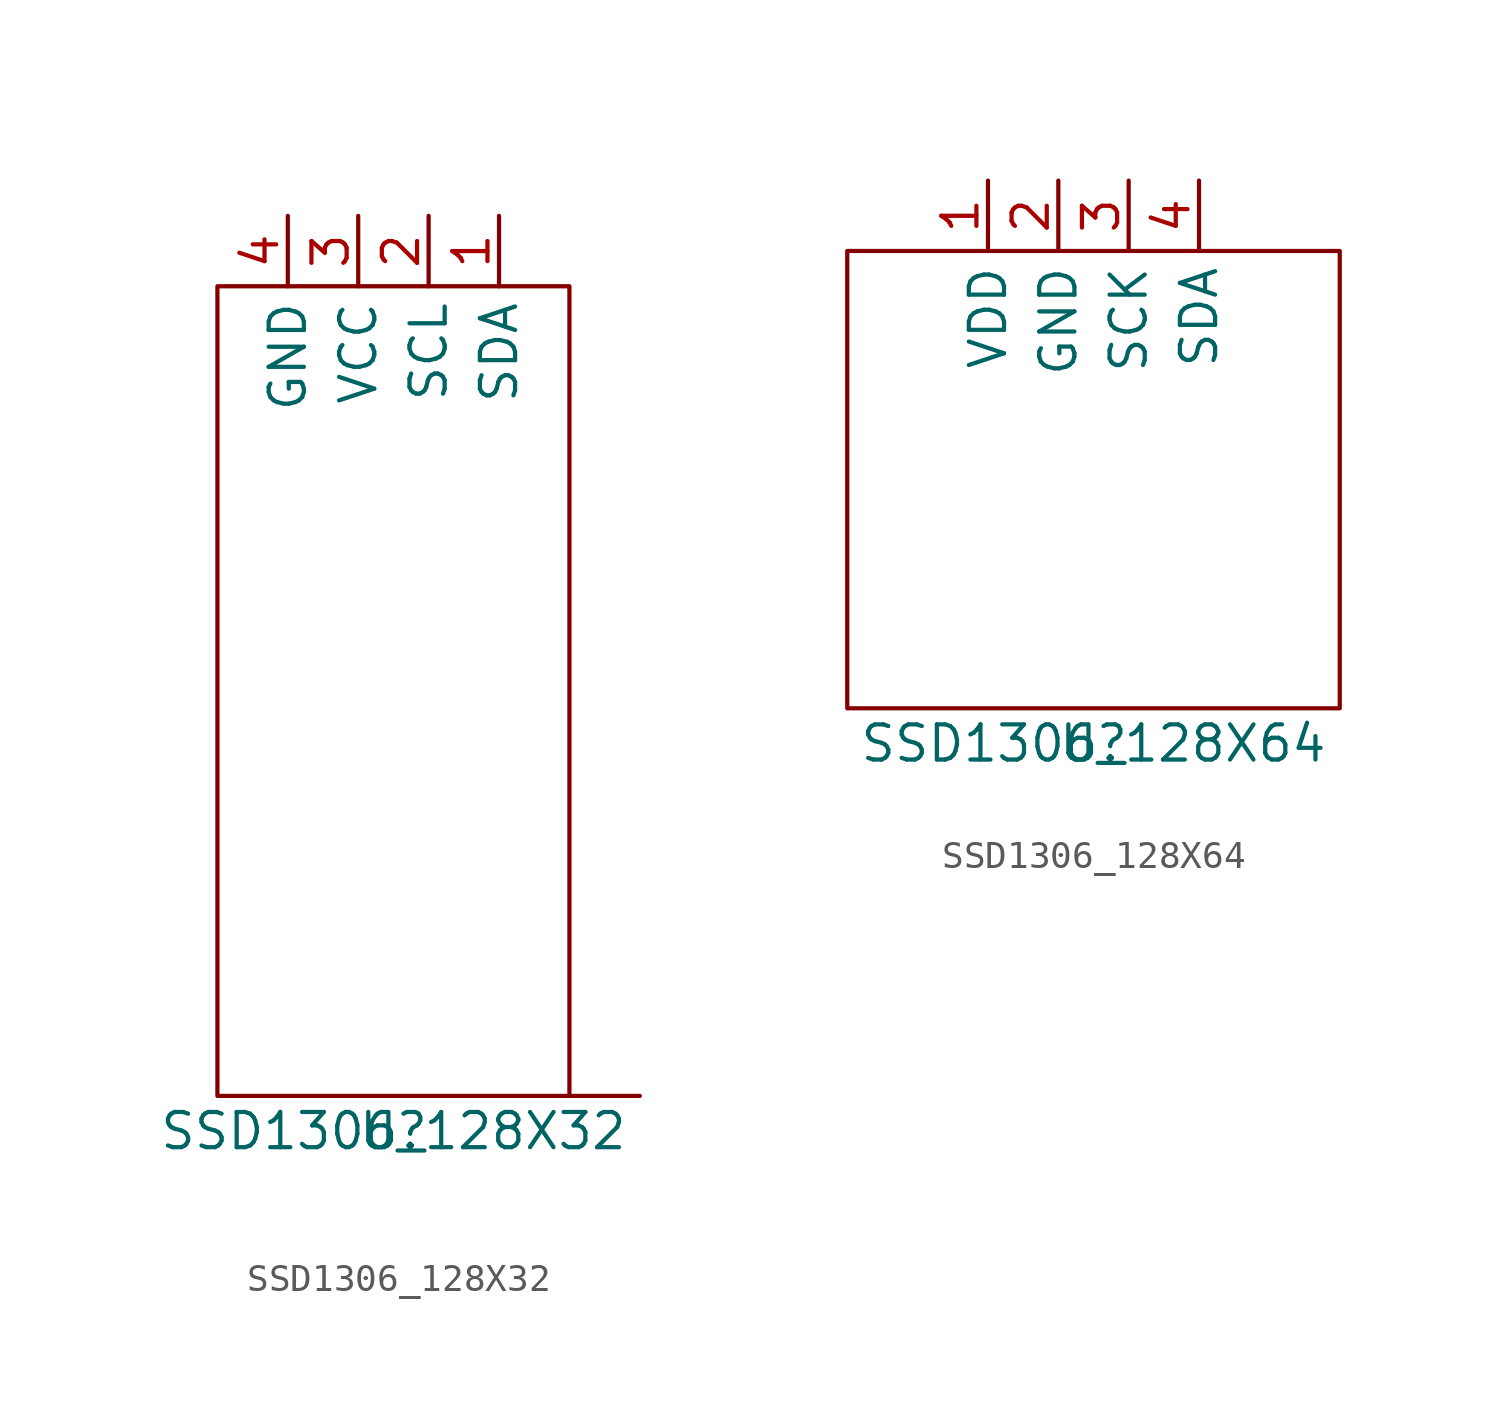
<source format=kicad_sym>
(kicad_symbol_lib
  (version 20220914)
  (generator kicad_symbol_editor)
  (symbol "SSD1306_128X32"
    (property "Reference" "U"
      (at 0 0 0)
      (effects (font (size 1.27 1.27))))
    (property "Value" "SSD1306_128X32"
      (at 0 0 0)
      (effects (font (size 1.27 1.27))))
    (symbol "SSD1306_128X32_0_1"
      (polyline (pts (xy 6.35 1.27) (xy 6.35 30.48) (xy -6.35 30.48) (xy -6.35 1.27) (xy 8.89 1.27)) (stroke (width 0) (type default)) (fill (type none))))
    (symbol "SSD1306_128X32_1_1"
      (pin input line (at 3.81 33.02 270) (length 2.54) (name "SDA" (effects (font (size 1.27 1.27)))) (number "1" (effects (font (size 1.27 1.27)))))
      (pin input line (at 1.27 33.02 270) (length 2.54) (name "SCL" (effects (font (size 1.27 1.27)))) (number "2" (effects (font (size 1.27 1.27)))))
      (pin input line (at -1.27 33.02 270) (length 2.54) (name "VCC" (effects (font (size 1.27 1.27)))) (number "3" (effects (font (size 1.27 1.27)))))
      (pin input line (at -3.81 33.02 270) (length 2.54) (name "GND" (effects (font (size 1.27 1.27)))) (number "4" (effects (font (size 1.27 1.27)))))))
  (symbol "SSD1306_128X64"
    (property "Reference" "U"
      (at 0 0 0)
      (effects (font (size 1.27 1.27))))
    (property "Value" "SSD1306_128X64"
      (at 0 0 0)
      (effects (font (size 1.27 1.27))))
    (symbol "SSD1306_128X64_0_1"
      (polyline (pts (xy 8.89 1.27) (xy 8.89 17.78) (xy -8.89 17.78) (xy -8.89 1.27) (xy 8.89 1.27)) (stroke (width 0) (type default)) (fill (type none))))
    (symbol "SSD1306_128X64_1_1"
      (pin input line (at -3.81 20.32 270) (length 2.54) (name "VDD" (effects (font (size 1.27 1.27)))) (number "1" (effects (font (size 1.27 1.27)))))
      (pin input line (at -1.27 20.32 270) (length 2.54) (name "GND" (effects (font (size 1.27 1.27)))) (number "2" (effects (font (size 1.27 1.27)))))
      (pin input line (at 1.27 20.32 270) (length 2.54) (name "SCK" (effects (font (size 1.27 1.27)))) (number "3" (effects (font (size 1.27 1.27)))))
      (pin input line (at 3.81 20.32 270) (length 2.54) (name "SDA" (effects (font (size 1.27 1.27)))) (number "4" (effects (font (size 1.27 1.27))))))))
</source>
